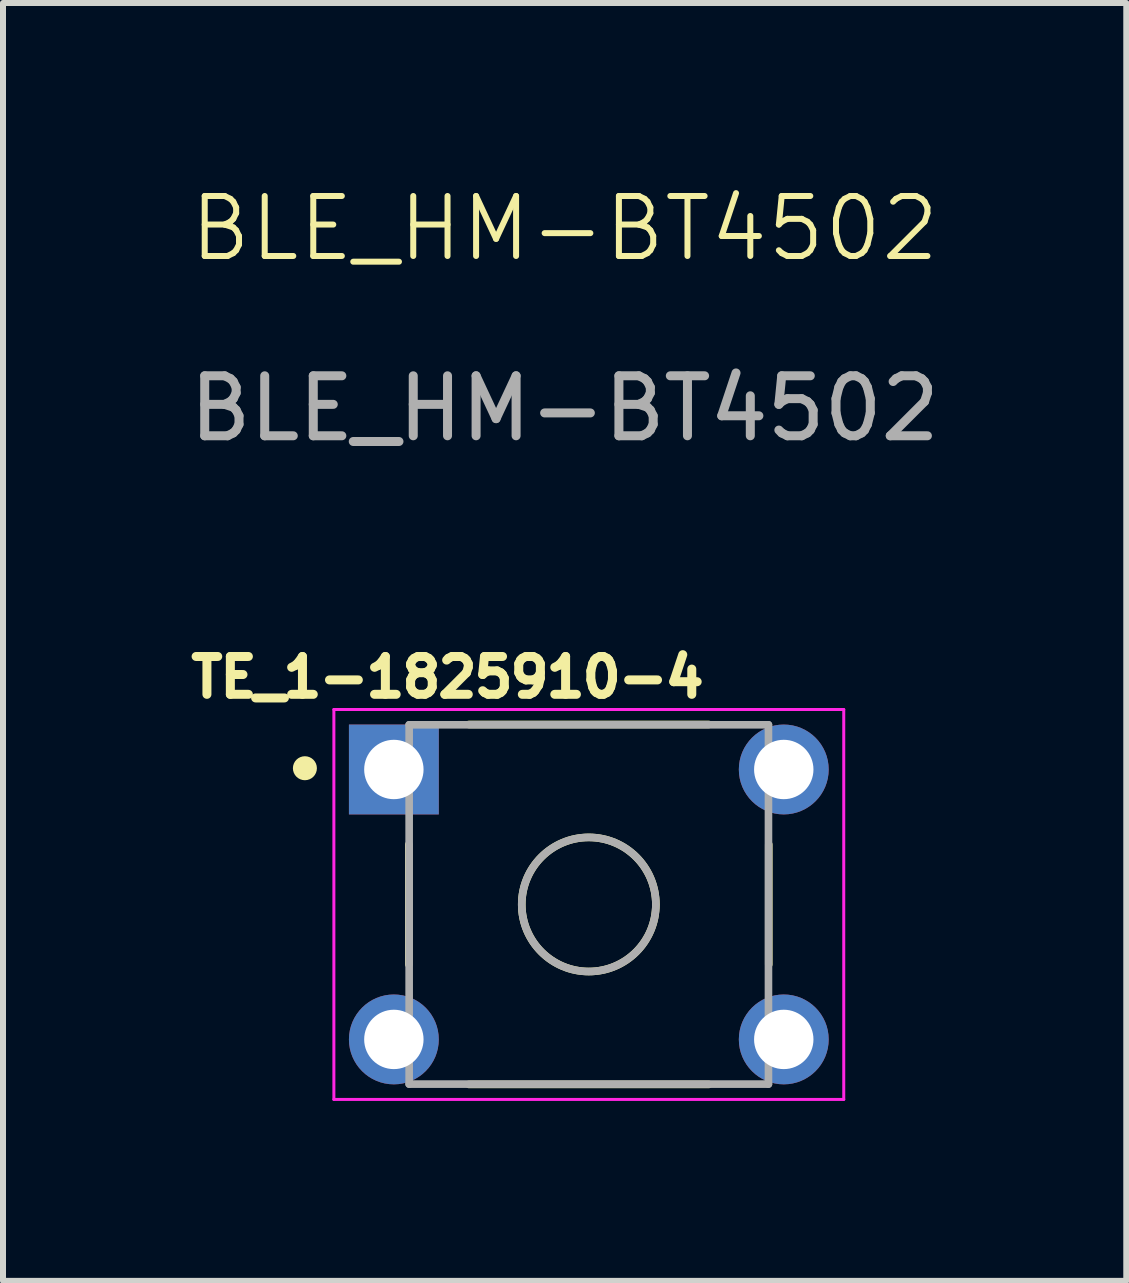
<source format=kicad_pcb>
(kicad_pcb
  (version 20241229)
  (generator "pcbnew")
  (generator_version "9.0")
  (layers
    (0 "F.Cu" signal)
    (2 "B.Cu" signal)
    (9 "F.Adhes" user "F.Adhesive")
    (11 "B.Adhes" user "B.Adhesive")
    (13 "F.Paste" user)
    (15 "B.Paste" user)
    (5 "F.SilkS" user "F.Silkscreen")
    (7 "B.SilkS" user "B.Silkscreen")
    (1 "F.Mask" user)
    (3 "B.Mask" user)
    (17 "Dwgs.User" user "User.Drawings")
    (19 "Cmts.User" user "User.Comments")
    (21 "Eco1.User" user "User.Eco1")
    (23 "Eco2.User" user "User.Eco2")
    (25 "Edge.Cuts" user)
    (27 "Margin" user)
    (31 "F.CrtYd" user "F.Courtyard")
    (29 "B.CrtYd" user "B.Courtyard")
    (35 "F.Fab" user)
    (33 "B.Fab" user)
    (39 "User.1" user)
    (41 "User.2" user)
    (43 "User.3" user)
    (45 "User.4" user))
  (footprint "TE_1-1825910-4"
    (layer "F.Cu")
    (at 6.766 12.028)
    (property "Reference" "TE_1-1825910-4" (at -2.355 -3.787 0) (layer "F.SilkS") (effects (font (size 0.631 0.631) (thickness 0.15))))
    (attr through_hole)
    (fp_line (start -3 -1) (end -3 1) (stroke (width 0.127) (type solid)) (layer "F.SilkS"))
    (fp_line (start -2 -3) (end 2 -3) (stroke (width 0.127) (type solid)) (layer "F.SilkS"))
    (fp_line (start -2 3) (end 2 3) (stroke (width 0.127) (type solid)) (layer "F.SilkS"))
    (fp_line (start 3 -1) (end 3 1) (stroke (width 0.127) (type solid)) (layer "F.SilkS"))
    (fp_circle (center -4.733 -2.271) (end -4.633 -2.271) (stroke (width 0.2) (type solid)) (fill no) (layer "F.SilkS"))
    (fp_circle (center 0 0) (end 1.118 0) (stroke (width 0.127) (type solid)) (fill no) (layer "F.SilkS"))
    (fp_line (start -4.25 -3.25) (end -4.25 3.25) (stroke (width 0.05) (type solid)) (layer "F.CrtYd"))
    (fp_line (start -4.25 3.25) (end 4.25 3.25) (stroke (width 0.05) (type solid)) (layer "F.CrtYd"))
    (fp_line (start 4.25 -3.25) (end -4.25 -3.25) (stroke (width 0.05) (type solid)) (layer "F.CrtYd"))
    (fp_line (start 4.25 3.25) (end 4.25 -3.25) (stroke (width 0.05) (type solid)) (layer "F.CrtYd"))
    (fp_line (start -2.995 -2.995) (end -2.995 2.995) (stroke (width 0.127) (type solid)) (layer "F.Fab"))
    (fp_line (start -2.995 2.995) (end 2.995 2.995) (stroke (width 0.127) (type solid)) (layer "F.Fab"))
    (fp_line (start 2.995 -2.995) (end -2.995 -2.995) (stroke (width 0.127) (type solid)) (layer "F.Fab"))
    (fp_line (start 2.995 2.995) (end 2.995 -2.995) (stroke (width 0.127) (type solid)) (layer "F.Fab"))
    (fp_circle (center 0 0) (end 1.118 0) (stroke (width 0.127) (type solid)) (fill no) (layer "F.Fab"))
    (pad "1" thru_hole rect (at -3.25 -2.25) (size 1.498 1.498) (drill 0.99) (layers "*.Cu" "*.Mask"))
    (pad "2" thru_hole circle (at 3.25 -2.25) (size 1.498 1.498) (drill 0.99) (layers "*.Cu" "*.Mask"))
    (pad "3" thru_hole circle (at -3.25 2.25) (size 1.498 1.498) (drill 0.99) (layers "*.Cu" "*.Mask"))
    (pad "4" thru_hole circle (at 3.25 2.25) (size 1.498 1.498) (drill 0.99) (layers "*.Cu" "*.Mask")))
  (footprint "BLE_HM-BT4502"
    (layer "F.Cu")
    (at 6.363 1.26)
    (property "Reference" "BLE_HM-BT4502" (at 0 -0.5 0) (unlocked yes) (layer "F.SilkS") (effects (font (size 1 1) (thickness 0.1))))
    (attr smd)
    (fp_text user "${REFERENCE}" (at 0 2.5 0) (unlocked yes) (layer "F.Fab") (effects (font (size 1 1) (thickness 0.15)))))
  (gr_rect
    (start -3 -3)
    (end 15.726 18.303)
    (stroke (width 0.1) (type default))
    (fill no)
    (layer "Edge.Cuts")))
</source>
